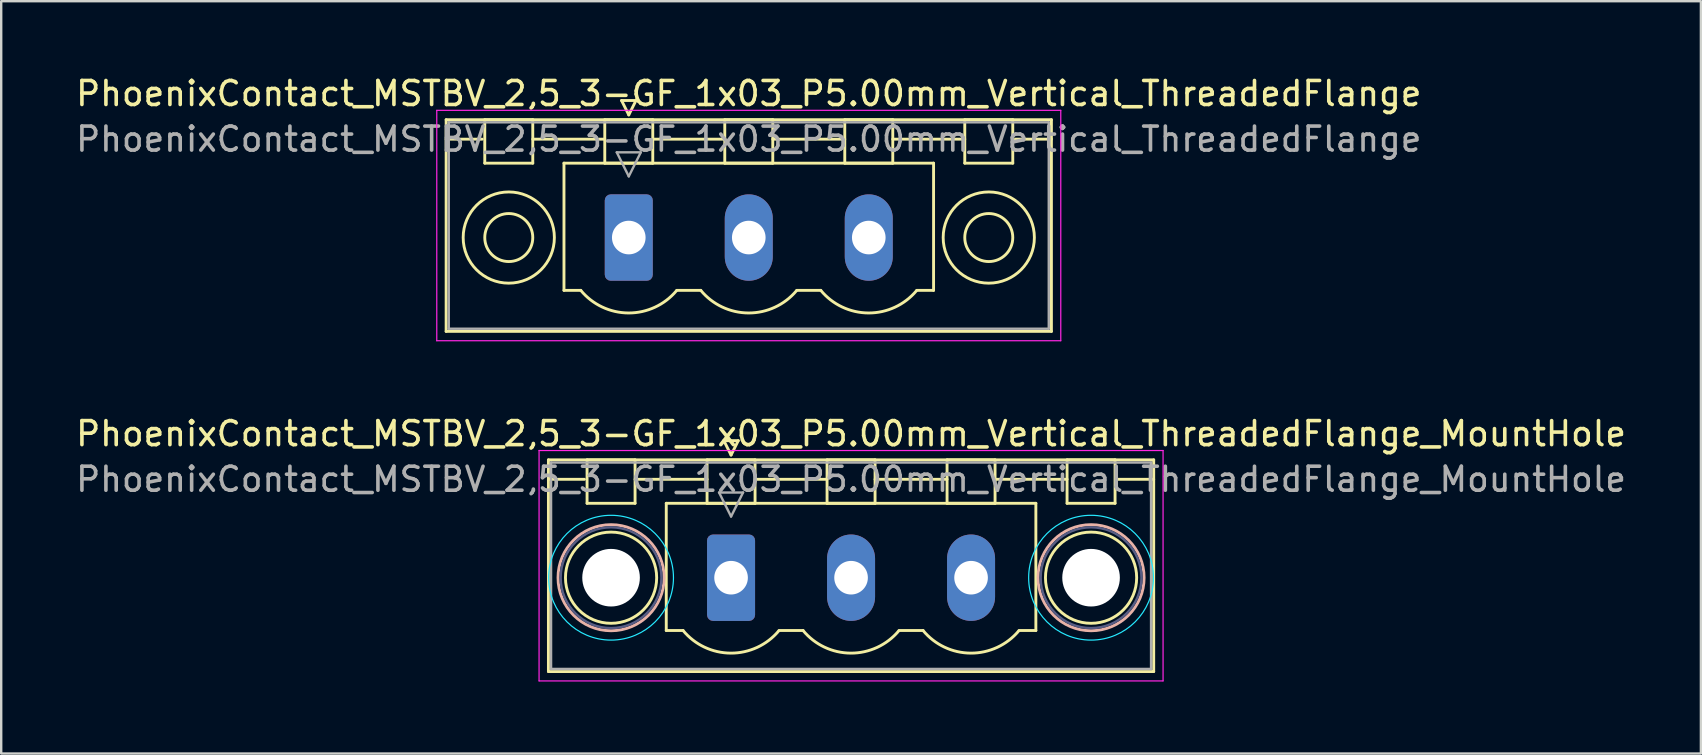
<source format=kicad_pcb>
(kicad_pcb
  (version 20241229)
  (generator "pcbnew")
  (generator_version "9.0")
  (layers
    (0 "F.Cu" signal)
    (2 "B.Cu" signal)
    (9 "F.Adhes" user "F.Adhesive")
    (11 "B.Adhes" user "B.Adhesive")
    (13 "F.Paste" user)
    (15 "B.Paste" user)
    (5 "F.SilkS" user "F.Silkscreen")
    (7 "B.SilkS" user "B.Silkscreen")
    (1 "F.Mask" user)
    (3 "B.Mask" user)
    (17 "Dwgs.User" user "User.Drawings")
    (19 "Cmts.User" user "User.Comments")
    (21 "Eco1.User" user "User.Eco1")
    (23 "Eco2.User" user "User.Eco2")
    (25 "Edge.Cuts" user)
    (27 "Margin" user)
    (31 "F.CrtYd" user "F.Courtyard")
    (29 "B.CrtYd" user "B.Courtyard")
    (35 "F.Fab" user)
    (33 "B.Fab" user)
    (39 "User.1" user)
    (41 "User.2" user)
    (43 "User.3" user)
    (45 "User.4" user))
  (footprint "PhoenixContact_MSTBV_2,5_3-GF_1x03_P5.00mm_Vertical_ThreadedFlange_MountHole"
    (layer "F.Cu")
    (at 27.411 21.021)
    (property "Reference" "PhoenixContact_MSTBV_2,5_3-GF_1x03_P5.00mm_Vertical_ThreadedFlange_MountHole" (at 5 -6 0) (layer "F.SilkS") (effects (font (size 1 1) (thickness 0.15))))
    (attr through_hole)
    (fp_line (start -7.61 -4.91) (end -7.61 3.91) (stroke (width 0.12) (type solid)) (layer "F.SilkS"))
    (fp_line (start -7.61 -4.1) (end -6.11 -4.1) (stroke (width 0.12) (type solid)) (layer "F.SilkS"))
    (fp_line (start -7.61 3.91) (end 17.61 3.91) (stroke (width 0.12) (type solid)) (layer "F.SilkS"))
    (fp_line (start -6 -4.91) (end -4 -4.91) (stroke (width 0.12) (type solid)) (layer "F.SilkS"))
    (fp_line (start -6 -3.1) (end -6 -4.91) (stroke (width 0.12) (type solid)) (layer "F.SilkS"))
    (fp_line (start -4 -4.91) (end -4 -3.1) (stroke (width 0.12) (type solid)) (layer "F.SilkS"))
    (fp_line (start -4 -4.1) (end -1 -4.1) (stroke (width 0.12) (type solid)) (layer "F.SilkS"))
    (fp_line (start -4 -3.1) (end -6 -3.1) (stroke (width 0.12) (type solid)) (layer "F.SilkS"))
    (fp_line (start -2.7 -3.1) (end 12.7 -3.1) (stroke (width 0.12) (type solid)) (layer "F.SilkS"))
    (fp_line (start -2.7 2.2) (end -2.7 -3.1) (stroke (width 0.12) (type solid)) (layer "F.SilkS"))
    (fp_line (start -2 2.2) (end -2.7 2.2) (stroke (width 0.12) (type solid)) (layer "F.SilkS"))
    (fp_line (start -1 -4.91) (end 1 -4.91) (stroke (width 0.12) (type solid)) (layer "F.SilkS"))
    (fp_line (start -1 -3.1) (end -1 -4.91) (stroke (width 0.12) (type solid)) (layer "F.SilkS"))
    (fp_line (start -0.3 -5.71) (end 0.3 -5.71) (stroke (width 0.12) (type solid)) (layer "F.SilkS"))
    (fp_line (start 0 -5.11) (end -0.3 -5.71) (stroke (width 0.12) (type solid)) (layer "F.SilkS"))
    (fp_line (start 0.3 -5.71) (end 0 -5.11) (stroke (width 0.12) (type solid)) (layer "F.SilkS"))
    (fp_line (start 1 -4.91) (end 1 -3.1) (stroke (width 0.12) (type solid)) (layer "F.SilkS"))
    (fp_line (start 1 -4.1) (end 4 -4.1) (stroke (width 0.12) (type solid)) (layer "F.SilkS"))
    (fp_line (start 1 -3.1) (end -1 -3.1) (stroke (width 0.12) (type solid)) (layer "F.SilkS"))
    (fp_line (start 2 2.2) (end 3 2.2) (stroke (width 0.12) (type solid)) (layer "F.SilkS"))
    (fp_line (start 4 -4.91) (end 6 -4.91) (stroke (width 0.12) (type solid)) (layer "F.SilkS"))
    (fp_line (start 4 -3.1) (end 4 -4.91) (stroke (width 0.12) (type solid)) (layer "F.SilkS"))
    (fp_line (start 6 -4.91) (end 6 -3.1) (stroke (width 0.12) (type solid)) (layer "F.SilkS"))
    (fp_line (start 6 -4.1) (end 9 -4.1) (stroke (width 0.12) (type solid)) (layer "F.SilkS"))
    (fp_line (start 6 -3.1) (end 4 -3.1) (stroke (width 0.12) (type solid)) (layer "F.SilkS"))
    (fp_line (start 7 2.2) (end 8 2.2) (stroke (width 0.12) (type solid)) (layer "F.SilkS"))
    (fp_line (start 9 -4.91) (end 11 -4.91) (stroke (width 0.12) (type solid)) (layer "F.SilkS"))
    (fp_line (start 9 -3.1) (end 9 -4.91) (stroke (width 0.12) (type solid)) (layer "F.SilkS"))
    (fp_line (start 11 -4.91) (end 11 -3.1) (stroke (width 0.12) (type solid)) (layer "F.SilkS"))
    (fp_line (start 11 -4.1) (end 14 -4.1) (stroke (width 0.12) (type solid)) (layer "F.SilkS"))
    (fp_line (start 11 -3.1) (end 9 -3.1) (stroke (width 0.12) (type solid)) (layer "F.SilkS"))
    (fp_line (start 12.7 -3.1) (end 12.7 2.2) (stroke (width 0.12) (type solid)) (layer "F.SilkS"))
    (fp_line (start 12.7 2.2) (end 12 2.2) (stroke (width 0.12) (type solid)) (layer "F.SilkS"))
    (fp_line (start 14 -4.91) (end 16 -4.91) (stroke (width 0.12) (type solid)) (layer "F.SilkS"))
    (fp_line (start 14 -3.1) (end 14 -4.91) (stroke (width 0.12) (type solid)) (layer "F.SilkS"))
    (fp_line (start 16 -4.91) (end 16 -3.1) (stroke (width 0.12) (type solid)) (layer "F.SilkS"))
    (fp_line (start 16 -3.1) (end 14 -3.1) (stroke (width 0.12) (type solid)) (layer "F.SilkS"))
    (fp_line (start 17.61 -4.91) (end -7.61 -4.91) (stroke (width 0.12) (type solid)) (layer "F.SilkS"))
    (fp_line (start 17.61 -4.1) (end 16.11 -4.1) (stroke (width 0.12) (type solid)) (layer "F.SilkS"))
    (fp_line (start 17.61 3.91) (end 17.61 -4.91) (stroke (width 0.12) (type solid)) (layer "F.SilkS"))
    (fp_arc (start 1.986842 2.215821) (mid -0.010289 3.142758) (end -2 2.2) (stroke (width 0.12) (type solid)) (layer "F.SilkS"))
    (fp_arc (start 6.986842 2.215821) (mid 4.989711 3.142758) (end 3 2.2) (stroke (width 0.12) (type solid)) (layer "F.SilkS"))
    (fp_arc (start 11.986842 2.215821) (mid 9.989711 3.142758) (end 8 2.2) (stroke (width 0.12) (type solid)) (layer "F.SilkS"))
    (fp_circle (center -5 0) (end -3.1 0) (stroke (width 0.12) (type solid)) (fill no) (layer "F.SilkS"))
    (fp_circle (center 15 0) (end 16.9 0) (stroke (width 0.12) (type solid)) (fill no) (layer "F.SilkS"))
    (fp_circle (center -5 0) (end -2.79 0) (stroke (width 0.12) (type solid)) (fill no) (layer "B.SilkS"))
    (fp_circle (center 15 0) (end 17.21 0) (stroke (width 0.12) (type solid)) (fill no) (layer "B.SilkS"))
    (fp_circle (center -5 0) (end -2.4 0) (stroke (width 0.05) (type solid)) (fill no) (layer "B.CrtYd"))
    (fp_circle (center 15 0) (end 17.6 0) (stroke (width 0.05) (type solid)) (fill no) (layer "B.CrtYd"))
    (fp_line (start -8 -5.3) (end -8 4.3) (stroke (width 0.05) (type solid)) (layer "F.CrtYd"))
    (fp_line (start -8 4.3) (end 18 4.3) (stroke (width 0.05) (type solid)) (layer "F.CrtYd"))
    (fp_line (start 18 -5.3) (end -8 -5.3) (stroke (width 0.05) (type solid)) (layer "F.CrtYd"))
    (fp_line (start 18 4.3) (end 18 -5.3) (stroke (width 0.05) (type solid)) (layer "F.CrtYd"))
    (fp_circle (center -5 0) (end -2.9 0) (stroke (width 0.1) (type solid)) (fill no) (layer "B.Fab"))
    (fp_circle (center 15 0) (end 17.1 0) (stroke (width 0.1) (type solid)) (fill no) (layer "B.Fab"))
    (fp_line (start -7.5 -4.8) (end -7.5 3.8) (stroke (width 0.1) (type solid)) (layer "F.Fab"))
    (fp_line (start -7.5 3.8) (end 17.5 3.8) (stroke (width 0.1) (type solid)) (layer "F.Fab"))
    (fp_line (start -0.5 -3.55) (end 0.5 -3.55) (stroke (width 0.1) (type solid)) (layer "F.Fab"))
    (fp_line (start 0 -2.55) (end -0.5 -3.55) (stroke (width 0.1) (type solid)) (layer "F.Fab"))
    (fp_line (start 0.5 -3.55) (end 0 -2.55) (stroke (width 0.1) (type solid)) (layer "F.Fab"))
    (fp_line (start 17.5 -4.8) (end -7.5 -4.8) (stroke (width 0.1) (type solid)) (layer "F.Fab"))
    (fp_line (start 17.5 3.8) (end 17.5 -4.8) (stroke (width 0.1) (type solid)) (layer "F.Fab"))
    (fp_text user "${REFERENCE}" (at 5 -4.1 0) (layer "F.Fab") (effects (font (size 1 1) (thickness 0.15))))
    (pad "" np_thru_hole circle (at -5 0) (size 2.4 2.4) (drill 2.4) (layers "*.Cu" "*.Mask"))
    (pad "" np_thru_hole circle (at 15 0) (size 2.4 2.4) (drill 2.4) (layers "*.Cu" "*.Mask"))
    (pad "1" thru_hole roundrect (at 0 0) (size 2 3.6) (drill 1.4) (layers "*.Cu" "*.Mask") (roundrect_rratio 0.125))
    (pad "2" thru_hole oval (at 5 0) (size 2 3.6) (drill 1.4) (layers "*.Cu" "*.Mask"))
    (pad "3" thru_hole oval (at 10 0) (size 2 3.6) (drill 1.4) (layers "*.Cu" "*.Mask")))
  (footprint "PhoenixContact_MSTBV_2,5_3-GF_1x03_P5.00mm_Vertical_ThreadedFlange"
    (layer "F.Cu")
    (at 23.149 6.848)
    (property "Reference" "PhoenixContact_MSTBV_2,5_3-GF_1x03_P5.00mm_Vertical_ThreadedFlange" (at 5 -6 0) (layer "F.SilkS") (effects (font (size 1 1) (thickness 0.15))))
    (attr through_hole)
    (fp_line (start -7.61 -4.91) (end -7.61 3.91) (stroke (width 0.12) (type solid)) (layer "F.SilkS"))
    (fp_line (start -7.61 -4.1) (end -6.11 -4.1) (stroke (width 0.12) (type solid)) (layer "F.SilkS"))
    (fp_line (start -7.61 3.91) (end 17.61 3.91) (stroke (width 0.12) (type solid)) (layer "F.SilkS"))
    (fp_line (start -6 -4.91) (end -4 -4.91) (stroke (width 0.12) (type solid)) (layer "F.SilkS"))
    (fp_line (start -6 -3.1) (end -6 -4.91) (stroke (width 0.12) (type solid)) (layer "F.SilkS"))
    (fp_line (start -4 -4.91) (end -4 -3.1) (stroke (width 0.12) (type solid)) (layer "F.SilkS"))
    (fp_line (start -4 -4.1) (end -1 -4.1) (stroke (width 0.12) (type solid)) (layer "F.SilkS"))
    (fp_line (start -4 -3.1) (end -6 -3.1) (stroke (width 0.12) (type solid)) (layer "F.SilkS"))
    (fp_line (start -2.7 -3.1) (end 12.7 -3.1) (stroke (width 0.12) (type solid)) (layer "F.SilkS"))
    (fp_line (start -2.7 2.2) (end -2.7 -3.1) (stroke (width 0.12) (type solid)) (layer "F.SilkS"))
    (fp_line (start -2 2.2) (end -2.7 2.2) (stroke (width 0.12) (type solid)) (layer "F.SilkS"))
    (fp_line (start -1 -4.91) (end 1 -4.91) (stroke (width 0.12) (type solid)) (layer "F.SilkS"))
    (fp_line (start -1 -3.1) (end -1 -4.91) (stroke (width 0.12) (type solid)) (layer "F.SilkS"))
    (fp_line (start -0.3 -5.71) (end 0.3 -5.71) (stroke (width 0.12) (type solid)) (layer "F.SilkS"))
    (fp_line (start 0 -5.11) (end -0.3 -5.71) (stroke (width 0.12) (type solid)) (layer "F.SilkS"))
    (fp_line (start 0.3 -5.71) (end 0 -5.11) (stroke (width 0.12) (type solid)) (layer "F.SilkS"))
    (fp_line (start 1 -4.91) (end 1 -3.1) (stroke (width 0.12) (type solid)) (layer "F.SilkS"))
    (fp_line (start 1 -4.1) (end 4 -4.1) (stroke (width 0.12) (type solid)) (layer "F.SilkS"))
    (fp_line (start 1 -3.1) (end -1 -3.1) (stroke (width 0.12) (type solid)) (layer "F.SilkS"))
    (fp_line (start 2 2.2) (end 3 2.2) (stroke (width 0.12) (type solid)) (layer "F.SilkS"))
    (fp_line (start 4 -4.91) (end 6 -4.91) (stroke (width 0.12) (type solid)) (layer "F.SilkS"))
    (fp_line (start 4 -3.1) (end 4 -4.91) (stroke (width 0.12) (type solid)) (layer "F.SilkS"))
    (fp_line (start 6 -4.91) (end 6 -3.1) (stroke (width 0.12) (type solid)) (layer "F.SilkS"))
    (fp_line (start 6 -4.1) (end 9 -4.1) (stroke (width 0.12) (type solid)) (layer "F.SilkS"))
    (fp_line (start 6 -3.1) (end 4 -3.1) (stroke (width 0.12) (type solid)) (layer "F.SilkS"))
    (fp_line (start 7 2.2) (end 8 2.2) (stroke (width 0.12) (type solid)) (layer "F.SilkS"))
    (fp_line (start 9 -4.91) (end 11 -4.91) (stroke (width 0.12) (type solid)) (layer "F.SilkS"))
    (fp_line (start 9 -3.1) (end 9 -4.91) (stroke (width 0.12) (type solid)) (layer "F.SilkS"))
    (fp_line (start 11 -4.91) (end 11 -3.1) (stroke (width 0.12) (type solid)) (layer "F.SilkS"))
    (fp_line (start 11 -4.1) (end 14 -4.1) (stroke (width 0.12) (type solid)) (layer "F.SilkS"))
    (fp_line (start 11 -3.1) (end 9 -3.1) (stroke (width 0.12) (type solid)) (layer "F.SilkS"))
    (fp_line (start 12.7 -3.1) (end 12.7 2.2) (stroke (width 0.12) (type solid)) (layer "F.SilkS"))
    (fp_line (start 12.7 2.2) (end 12 2.2) (stroke (width 0.12) (type solid)) (layer "F.SilkS"))
    (fp_line (start 14 -4.91) (end 16 -4.91) (stroke (width 0.12) (type solid)) (layer "F.SilkS"))
    (fp_line (start 14 -3.1) (end 14 -4.91) (stroke (width 0.12) (type solid)) (layer "F.SilkS"))
    (fp_line (start 16 -4.91) (end 16 -3.1) (stroke (width 0.12) (type solid)) (layer "F.SilkS"))
    (fp_line (start 16 -3.1) (end 14 -3.1) (stroke (width 0.12) (type solid)) (layer "F.SilkS"))
    (fp_line (start 17.61 -4.91) (end -7.61 -4.91) (stroke (width 0.12) (type solid)) (layer "F.SilkS"))
    (fp_line (start 17.61 -4.1) (end 16.11 -4.1) (stroke (width 0.12) (type solid)) (layer "F.SilkS"))
    (fp_line (start 17.61 3.91) (end 17.61 -4.91) (stroke (width 0.12) (type solid)) (layer "F.SilkS"))
    (fp_arc (start 1.986842 2.215821) (mid -0.010289 3.142758) (end -2 2.2) (stroke (width 0.12) (type solid)) (layer "F.SilkS"))
    (fp_arc (start 6.986842 2.215821) (mid 4.989711 3.142758) (end 3 2.2) (stroke (width 0.12) (type solid)) (layer "F.SilkS"))
    (fp_arc (start 11.986842 2.215821) (mid 9.989711 3.142758) (end 8 2.2) (stroke (width 0.12) (type solid)) (layer "F.SilkS"))
    (fp_circle (center -5 0) (end -4 0) (stroke (width 0.12) (type solid)) (fill no) (layer "F.SilkS"))
    (fp_circle (center -5 0) (end -3.1 0) (stroke (width 0.12) (type solid)) (fill no) (layer "F.SilkS"))
    (fp_circle (center 15 0) (end 16 0) (stroke (width 0.12) (type solid)) (fill no) (layer "F.SilkS"))
    (fp_circle (center 15 0) (end 16.9 0) (stroke (width 0.12) (type solid)) (fill no) (layer "F.SilkS"))
    (fp_line (start -8 -5.3) (end -8 4.3) (stroke (width 0.05) (type solid)) (layer "F.CrtYd"))
    (fp_line (start -8 4.3) (end 18 4.3) (stroke (width 0.05) (type solid)) (layer "F.CrtYd"))
    (fp_line (start 18 -5.3) (end -8 -5.3) (stroke (width 0.05) (type solid)) (layer "F.CrtYd"))
    (fp_line (start 18 4.3) (end 18 -5.3) (stroke (width 0.05) (type solid)) (layer "F.CrtYd"))
    (fp_line (start -7.5 -4.8) (end -7.5 3.8) (stroke (width 0.1) (type solid)) (layer "F.Fab"))
    (fp_line (start -7.5 3.8) (end 17.5 3.8) (stroke (width 0.1) (type solid)) (layer "F.Fab"))
    (fp_line (start -0.5 -3.55) (end 0.5 -3.55) (stroke (width 0.1) (type solid)) (layer "F.Fab"))
    (fp_line (start 0 -2.55) (end -0.5 -3.55) (stroke (width 0.1) (type solid)) (layer "F.Fab"))
    (fp_line (start 0.5 -3.55) (end 0 -2.55) (stroke (width 0.1) (type solid)) (layer "F.Fab"))
    (fp_line (start 17.5 -4.8) (end -7.5 -4.8) (stroke (width 0.1) (type solid)) (layer "F.Fab"))
    (fp_line (start 17.5 3.8) (end 17.5 -4.8) (stroke (width 0.1) (type solid)) (layer "F.Fab"))
    (fp_text user "${REFERENCE}" (at 5 -4.1 0) (layer "F.Fab") (effects (font (size 1 1) (thickness 0.15))))
    (pad "1" thru_hole roundrect (at 0 0) (size 2 3.6) (drill 1.4) (layers "*.Cu" "*.Mask") (roundrect_rratio 0.125))
    (pad "2" thru_hole oval (at 5 0) (size 2 3.6) (drill 1.4) (layers "*.Cu" "*.Mask"))
    (pad "3" thru_hole oval (at 10 0) (size 2 3.6) (drill 1.4) (layers "*.Cu" "*.Mask")))
  (gr_rect
    (start -3 -3)
    (end 67.821 28.346)
    (stroke (width 0.1) (type default))
    (fill no)
    (layer "Edge.Cuts")))
</source>
